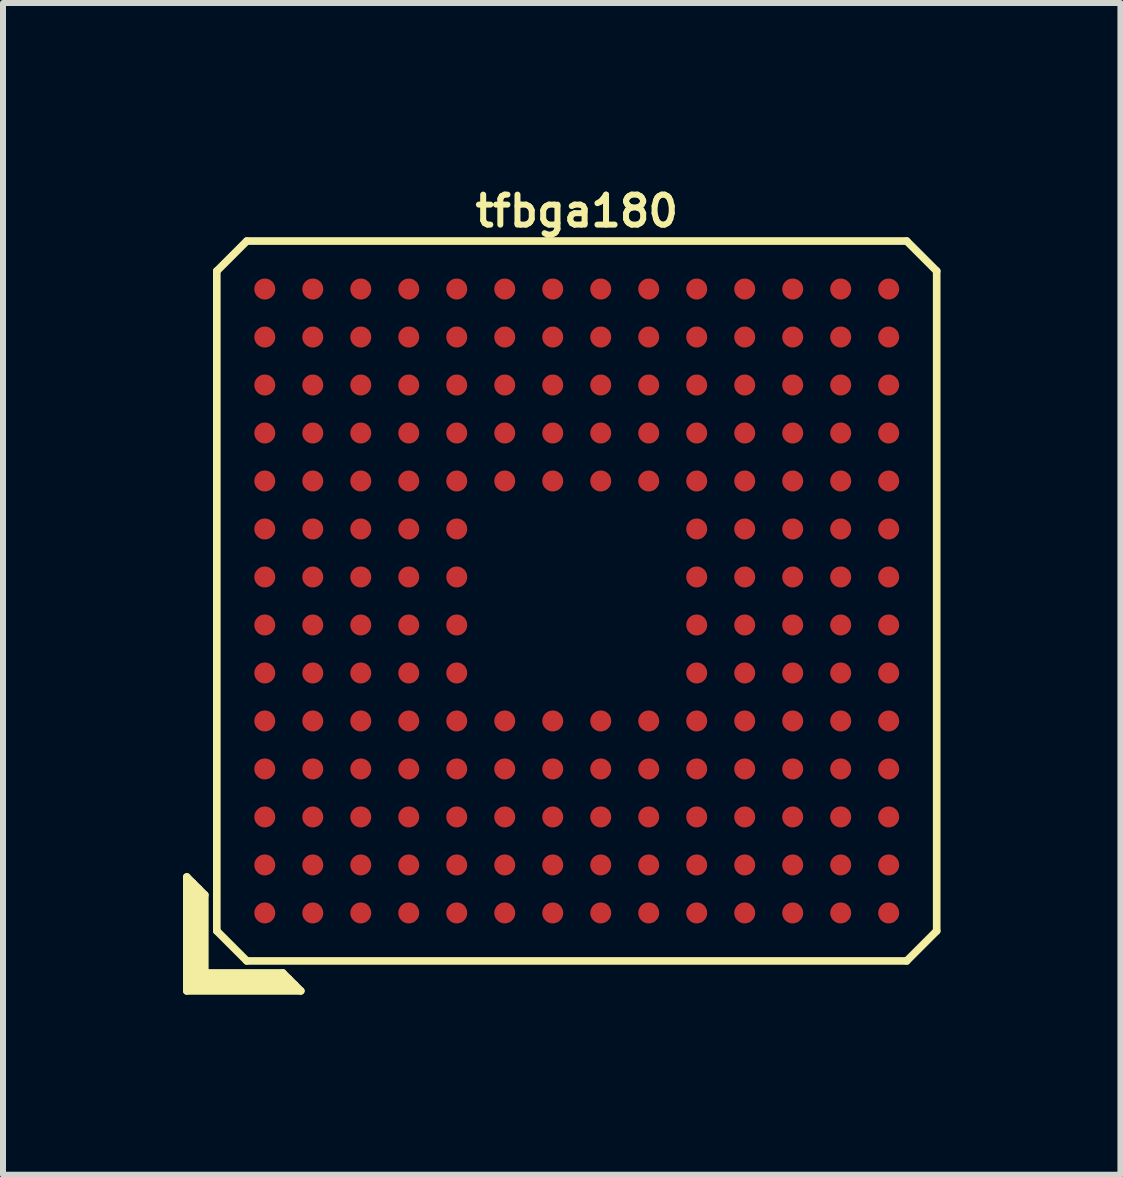
<source format=kicad_pcb>
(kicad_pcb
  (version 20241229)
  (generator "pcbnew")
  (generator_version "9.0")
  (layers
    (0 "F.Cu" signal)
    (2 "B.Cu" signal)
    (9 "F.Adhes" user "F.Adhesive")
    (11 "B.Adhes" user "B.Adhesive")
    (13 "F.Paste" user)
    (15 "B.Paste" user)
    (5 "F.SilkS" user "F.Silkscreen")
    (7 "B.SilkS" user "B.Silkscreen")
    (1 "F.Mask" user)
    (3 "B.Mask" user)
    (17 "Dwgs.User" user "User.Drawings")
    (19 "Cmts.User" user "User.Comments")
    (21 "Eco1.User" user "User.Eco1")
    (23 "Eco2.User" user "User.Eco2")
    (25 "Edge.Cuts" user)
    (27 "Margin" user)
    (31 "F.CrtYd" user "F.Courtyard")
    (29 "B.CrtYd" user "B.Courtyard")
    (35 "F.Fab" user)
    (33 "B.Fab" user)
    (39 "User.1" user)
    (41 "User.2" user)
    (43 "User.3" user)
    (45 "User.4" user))
  (footprint "tfbga180"
    (layer "F.Cu")
    (at 6.564 6.968)
    (property "Reference" "tfbga180" (at 0 -6.5 0) (layer "F.SilkS") (effects (font (size 0.5 0.5) (thickness 0.1))))
    (attr through_hole)
    (fp_line (start -6.5 4.6) (end -6.2 4.9) (stroke (width 0.127) (type solid)) (layer "F.SilkS"))
    (fp_line (start -6.5 6.5) (end -6.5 4.6) (stroke (width 0.127) (type solid)) (layer "F.SilkS"))
    (fp_line (start -6.4 6.4) (end -6.4 4.7) (stroke (width 0.127) (type solid)) (layer "F.SilkS"))
    (fp_line (start -6.3 4.8) (end -6.3 6.3) (stroke (width 0.127) (type solid)) (layer "F.SilkS"))
    (fp_line (start -6.3 6.3) (end -4.8 6.3) (stroke (width 0.127) (type solid)) (layer "F.SilkS"))
    (fp_line (start -6.2 4.9) (end -6.2 6.2) (stroke (width 0.127) (type solid)) (layer "F.SilkS"))
    (fp_line (start -6.2 6.2) (end -4.9 6.2) (stroke (width 0.127) (type solid)) (layer "F.SilkS"))
    (fp_line (start -6 -5.5) (end -5.5 -6) (stroke (width 0.127) (type solid)) (layer "F.SilkS"))
    (fp_line (start -6 5.5) (end -6 -5.5) (stroke (width 0.127) (type solid)) (layer "F.SilkS"))
    (fp_line (start -5.5 -6) (end 5.5 -6) (stroke (width 0.127) (type solid)) (layer "F.SilkS"))
    (fp_line (start -5.5 6) (end -6 5.5) (stroke (width 0.127) (type solid)) (layer "F.SilkS"))
    (fp_line (start -4.9 6.2) (end -4.6 6.5) (stroke (width 0.127) (type solid)) (layer "F.SilkS"))
    (fp_line (start -4.7 6.4) (end -6.4 6.4) (stroke (width 0.127) (type solid)) (layer "F.SilkS"))
    (fp_line (start -4.6 6.5) (end -6.5 6.5) (stroke (width 0.127) (type solid)) (layer "F.SilkS"))
    (fp_line (start 5.5 -6) (end 6 -5.5) (stroke (width 0.127) (type solid)) (layer "F.SilkS"))
    (fp_line (start 5.5 6) (end -5.5 6) (stroke (width 0.127) (type solid)) (layer "F.SilkS"))
    (fp_line (start 6 -5.5) (end 6 5.5) (stroke (width 0.127) (type solid)) (layer "F.SilkS"))
    (fp_line (start 6 5.5) (end 5.5 6) (stroke (width 0.127) (type solid)) (layer "F.SilkS"))
    (pad "A1" smd circle (at -5.2 5.2) (size 0.35 0.35) (layers "F.Cu" "F.Mask" "F.Paste"))
    (pad "A2" smd circle (at -4.4 5.2) (size 0.35 0.35) (layers "F.Cu" "F.Mask" "F.Paste"))
    (pad "A3" smd circle (at -3.6 5.2) (size 0.35 0.35) (layers "F.Cu" "F.Mask" "F.Paste"))
    (pad "A4" smd circle (at -2.8 5.2) (size 0.35 0.35) (layers "F.Cu" "F.Mask" "F.Paste"))
    (pad "A5" smd circle (at -2 5.2) (size 0.35 0.35) (layers "F.Cu" "F.Mask" "F.Paste"))
    (pad "A6" smd circle (at -1.2 5.2) (size 0.35 0.35) (layers "F.Cu" "F.Mask" "F.Paste"))
    (pad "A7" smd circle (at -0.4 5.2) (size 0.35 0.35) (layers "F.Cu" "F.Mask" "F.Paste"))
    (pad "A8" smd circle (at 0.4 5.2) (size 0.35 0.35) (layers "F.Cu" "F.Mask" "F.Paste"))
    (pad "A9" smd circle (at 1.2 5.2) (size 0.35 0.35) (layers "F.Cu" "F.Mask" "F.Paste"))
    (pad "A10" smd circle (at 2 5.2) (size 0.35 0.35) (layers "F.Cu" "F.Mask" "F.Paste"))
    (pad "A11" smd circle (at 2.8 5.2) (size 0.35 0.35) (layers "F.Cu" "F.Mask" "F.Paste"))
    (pad "A12" smd circle (at 3.6 5.2) (size 0.35 0.35) (layers "F.Cu" "F.Mask" "F.Paste"))
    (pad "A13" smd circle (at 4.4 5.2) (size 0.35 0.35) (layers "F.Cu" "F.Mask" "F.Paste"))
    (pad "A14" smd circle (at 5.2 5.2) (size 0.35 0.35) (layers "F.Cu" "F.Mask" "F.Paste"))
    (pad "B1" smd circle (at -5.2 4.4) (size 0.35 0.35) (layers "F.Cu" "F.Mask" "F.Paste"))
    (pad "B2" smd circle (at -4.4 4.4) (size 0.35 0.35) (layers "F.Cu" "F.Mask" "F.Paste"))
    (pad "B3" smd circle (at -3.6 4.4) (size 0.35 0.35) (layers "F.Cu" "F.Mask" "F.Paste"))
    (pad "B4" smd circle (at -2.8 4.4) (size 0.35 0.35) (layers "F.Cu" "F.Mask" "F.Paste"))
    (pad "B5" smd circle (at -2 4.4) (size 0.35 0.35) (layers "F.Cu" "F.Mask" "F.Paste"))
    (pad "B6" smd circle (at -1.2 4.4) (size 0.35 0.35) (layers "F.Cu" "F.Mask" "F.Paste"))
    (pad "B7" smd circle (at -0.4 4.4) (size 0.35 0.35) (layers "F.Cu" "F.Mask" "F.Paste"))
    (pad "B8" smd circle (at 0.4 4.4) (size 0.35 0.35) (layers "F.Cu" "F.Mask" "F.Paste"))
    (pad "B9" smd circle (at 1.2 4.4) (size 0.35 0.35) (layers "F.Cu" "F.Mask" "F.Paste"))
    (pad "B10" smd circle (at 2 4.4) (size 0.35 0.35) (layers "F.Cu" "F.Mask" "F.Paste"))
    (pad "B11" smd circle (at 2.8 4.4) (size 0.35 0.35) (layers "F.Cu" "F.Mask" "F.Paste"))
    (pad "B12" smd circle (at 3.6 4.4) (size 0.35 0.35) (layers "F.Cu" "F.Mask" "F.Paste"))
    (pad "B13" smd circle (at 4.4 4.4) (size 0.35 0.35) (layers "F.Cu" "F.Mask" "F.Paste"))
    (pad "B14" smd circle (at 5.2 4.4) (size 0.35 0.35) (layers "F.Cu" "F.Mask" "F.Paste"))
    (pad "C1" smd circle (at -5.2 3.6) (size 0.35 0.35) (layers "F.Cu" "F.Mask" "F.Paste"))
    (pad "C2" smd circle (at -4.4 3.6) (size 0.35 0.35) (layers "F.Cu" "F.Mask" "F.Paste"))
    (pad "C3" smd circle (at -3.6 3.6) (size 0.35 0.35) (layers "F.Cu" "F.Mask" "F.Paste"))
    (pad "C4" smd circle (at -2.8 3.6) (size 0.35 0.35) (layers "F.Cu" "F.Mask" "F.Paste"))
    (pad "C5" smd circle (at -2 3.6) (size 0.35 0.35) (layers "F.Cu" "F.Mask" "F.Paste"))
    (pad "C6" smd circle (at -1.2 3.6) (size 0.35 0.35) (layers "F.Cu" "F.Mask" "F.Paste"))
    (pad "C7" smd circle (at -0.4 3.6) (size 0.35 0.35) (layers "F.Cu" "F.Mask" "F.Paste"))
    (pad "C8" smd circle (at 0.4 3.6) (size 0.35 0.35) (layers "F.Cu" "F.Mask" "F.Paste"))
    (pad "C9" smd circle (at 1.2 3.6) (size 0.35 0.35) (layers "F.Cu" "F.Mask" "F.Paste"))
    (pad "C10" smd circle (at 2 3.6) (size 0.35 0.35) (layers "F.Cu" "F.Mask" "F.Paste"))
    (pad "C11" smd circle (at 2.8 3.6) (size 0.35 0.35) (layers "F.Cu" "F.Mask" "F.Paste"))
    (pad "C12" smd circle (at 3.6 3.6) (size 0.35 0.35) (layers "F.Cu" "F.Mask" "F.Paste"))
    (pad "C13" smd circle (at 4.4 3.6) (size 0.35 0.35) (layers "F.Cu" "F.Mask" "F.Paste"))
    (pad "C14" smd circle (at 5.2 3.6) (size 0.35 0.35) (layers "F.Cu" "F.Mask" "F.Paste"))
    (pad "D1" smd circle (at -5.2 2.8) (size 0.35 0.35) (layers "F.Cu" "F.Mask" "F.Paste"))
    (pad "D2" smd circle (at -4.4 2.8) (size 0.35 0.35) (layers "F.Cu" "F.Mask" "F.Paste"))
    (pad "D3" smd circle (at -3.6 2.8) (size 0.35 0.35) (layers "F.Cu" "F.Mask" "F.Paste"))
    (pad "D4" smd circle (at -2.8 2.8) (size 0.35 0.35) (layers "F.Cu" "F.Mask" "F.Paste"))
    (pad "D5" smd circle (at -2 2.8) (size 0.35 0.35) (layers "F.Cu" "F.Mask" "F.Paste"))
    (pad "D6" smd circle (at -1.2 2.8) (size 0.35 0.35) (layers "F.Cu" "F.Mask" "F.Paste"))
    (pad "D7" smd circle (at -0.4 2.8) (size 0.35 0.35) (layers "F.Cu" "F.Mask" "F.Paste"))
    (pad "D8" smd circle (at 0.4 2.8) (size 0.35 0.35) (layers "F.Cu" "F.Mask" "F.Paste"))
    (pad "D9" smd circle (at 1.2 2.8) (size 0.35 0.35) (layers "F.Cu" "F.Mask" "F.Paste"))
    (pad "D10" smd circle (at 2 2.8) (size 0.35 0.35) (layers "F.Cu" "F.Mask" "F.Paste"))
    (pad "D11" smd circle (at 2.8 2.8) (size 0.35 0.35) (layers "F.Cu" "F.Mask" "F.Paste"))
    (pad "D12" smd circle (at 3.6 2.8) (size 0.35 0.35) (layers "F.Cu" "F.Mask" "F.Paste"))
    (pad "D13" smd circle (at 4.4 2.8) (size 0.35 0.35) (layers "F.Cu" "F.Mask" "F.Paste"))
    (pad "D14" smd circle (at 5.2 2.8) (size 0.35 0.35) (layers "F.Cu" "F.Mask" "F.Paste"))
    (pad "E1" smd circle (at -5.2 2) (size 0.35 0.35) (layers "F.Cu" "F.Mask" "F.Paste"))
    (pad "E2" smd circle (at -4.4 2) (size 0.35 0.35) (layers "F.Cu" "F.Mask" "F.Paste"))
    (pad "E3" smd circle (at -3.6 2) (size 0.35 0.35) (layers "F.Cu" "F.Mask" "F.Paste"))
    (pad "E4" smd circle (at -2.8 2) (size 0.35 0.35) (layers "F.Cu" "F.Mask" "F.Paste"))
    (pad "E5" smd circle (at -2 2) (size 0.35 0.35) (layers "F.Cu" "F.Mask" "F.Paste"))
    (pad "E6" smd circle (at -1.2 2) (size 0.35 0.35) (layers "F.Cu" "F.Mask" "F.Paste"))
    (pad "E7" smd circle (at -0.4 2) (size 0.35 0.35) (layers "F.Cu" "F.Mask" "F.Paste"))
    (pad "E8" smd circle (at 0.4 2) (size 0.35 0.35) (layers "F.Cu" "F.Mask" "F.Paste"))
    (pad "E9" smd circle (at 1.2 2) (size 0.35 0.35) (layers "F.Cu" "F.Mask" "F.Paste"))
    (pad "E10" smd circle (at 2 2) (size 0.35 0.35) (layers "F.Cu" "F.Mask" "F.Paste"))
    (pad "E11" smd circle (at 2.8 2) (size 0.35 0.35) (layers "F.Cu" "F.Mask" "F.Paste"))
    (pad "E12" smd circle (at 3.6 2) (size 0.35 0.35) (layers "F.Cu" "F.Mask" "F.Paste"))
    (pad "E13" smd circle (at 4.4 2) (size 0.35 0.35) (layers "F.Cu" "F.Mask" "F.Paste"))
    (pad "E14" smd circle (at 5.2 2) (size 0.35 0.35) (layers "F.Cu" "F.Mask" "F.Paste"))
    (pad "F1" smd circle (at -5.2 1.2) (size 0.35 0.35) (layers "F.Cu" "F.Mask" "F.Paste"))
    (pad "F2" smd circle (at -4.4 1.2) (size 0.35 0.35) (layers "F.Cu" "F.Mask" "F.Paste"))
    (pad "F3" smd circle (at -3.6 1.2) (size 0.35 0.35) (layers "F.Cu" "F.Mask" "F.Paste"))
    (pad "F4" smd circle (at -2.8 1.2) (size 0.35 0.35) (layers "F.Cu" "F.Mask" "F.Paste"))
    (pad "F5" smd circle (at -2 1.2) (size 0.35 0.35) (layers "F.Cu" "F.Mask" "F.Paste"))
    (pad "F10" smd circle (at 2 1.2) (size 0.35 0.35) (layers "F.Cu" "F.Mask" "F.Paste"))
    (pad "F11" smd circle (at 2.8 1.2) (size 0.35 0.35) (layers "F.Cu" "F.Mask" "F.Paste"))
    (pad "F12" smd circle (at 3.6 1.2) (size 0.35 0.35) (layers "F.Cu" "F.Mask" "F.Paste"))
    (pad "F13" smd circle (at 4.4 1.2) (size 0.35 0.35) (layers "F.Cu" "F.Mask" "F.Paste"))
    (pad "F14" smd circle (at 5.2 1.2) (size 0.35 0.35) (layers "F.Cu" "F.Mask" "F.Paste"))
    (pad "G1" smd circle (at -5.2 0.4) (size 0.35 0.35) (layers "F.Cu" "F.Mask" "F.Paste"))
    (pad "G2" smd circle (at -4.4 0.4) (size 0.35 0.35) (layers "F.Cu" "F.Mask" "F.Paste"))
    (pad "G3" smd circle (at -3.6 0.4) (size 0.35 0.35) (layers "F.Cu" "F.Mask" "F.Paste"))
    (pad "G4" smd circle (at -2.8 0.4) (size 0.35 0.35) (layers "F.Cu" "F.Mask" "F.Paste"))
    (pad "G5" smd circle (at -2 0.4) (size 0.35 0.35) (layers "F.Cu" "F.Mask" "F.Paste"))
    (pad "G10" smd circle (at 2 0.4) (size 0.35 0.35) (layers "F.Cu" "F.Mask" "F.Paste"))
    (pad "G11" smd circle (at 2.8 0.4) (size 0.35 0.35) (layers "F.Cu" "F.Mask" "F.Paste"))
    (pad "G12" smd circle (at 3.6 0.4) (size 0.35 0.35) (layers "F.Cu" "F.Mask" "F.Paste"))
    (pad "G13" smd circle (at 4.4 0.4) (size 0.35 0.35) (layers "F.Cu" "F.Mask" "F.Paste"))
    (pad "G14" smd circle (at 5.2 0.4) (size 0.35 0.35) (layers "F.Cu" "F.Mask" "F.Paste"))
    (pad "H1" smd circle (at -5.2 -0.4) (size 0.35 0.35) (layers "F.Cu" "F.Mask" "F.Paste"))
    (pad "H2" smd circle (at -4.4 -0.4) (size 0.35 0.35) (layers "F.Cu" "F.Mask" "F.Paste"))
    (pad "H3" smd circle (at -3.6 -0.4) (size 0.35 0.35) (layers "F.Cu" "F.Mask" "F.Paste"))
    (pad "H4" smd circle (at -2.8 -0.4) (size 0.35 0.35) (layers "F.Cu" "F.Mask" "F.Paste"))
    (pad "H5" smd circle (at -2 -0.4) (size 0.35 0.35) (layers "F.Cu" "F.Mask" "F.Paste"))
    (pad "H10" smd circle (at 2 -0.4) (size 0.35 0.35) (layers "F.Cu" "F.Mask" "F.Paste"))
    (pad "H11" smd circle (at 2.8 -0.4) (size 0.35 0.35) (layers "F.Cu" "F.Mask" "F.Paste"))
    (pad "H12" smd circle (at 3.6 -0.4) (size 0.35 0.35) (layers "F.Cu" "F.Mask" "F.Paste"))
    (pad "H13" smd circle (at 4.4 -0.4) (size 0.35 0.35) (layers "F.Cu" "F.Mask" "F.Paste"))
    (pad "H14" smd circle (at 5.2 -0.4) (size 0.35 0.35) (layers "F.Cu" "F.Mask" "F.Paste"))
    (pad "J1" smd circle (at -5.2 -1.2) (size 0.35 0.35) (layers "F.Cu" "F.Mask" "F.Paste"))
    (pad "J2" smd circle (at -4.4 -1.2) (size 0.35 0.35) (layers "F.Cu" "F.Mask" "F.Paste"))
    (pad "J3" smd circle (at -3.6 -1.2) (size 0.35 0.35) (layers "F.Cu" "F.Mask" "F.Paste"))
    (pad "J4" smd circle (at -2.8 -1.2) (size 0.35 0.35) (layers "F.Cu" "F.Mask" "F.Paste"))
    (pad "J5" smd circle (at -2 -1.2) (size 0.35 0.35) (layers "F.Cu" "F.Mask" "F.Paste"))
    (pad "J10" smd circle (at 2 -1.2) (size 0.35 0.35) (layers "F.Cu" "F.Mask" "F.Paste"))
    (pad "J11" smd circle (at 2.8 -1.2) (size 0.35 0.35) (layers "F.Cu" "F.Mask" "F.Paste"))
    (pad "J12" smd circle (at 3.6 -1.2) (size 0.35 0.35) (layers "F.Cu" "F.Mask" "F.Paste"))
    (pad "J13" smd circle (at 4.4 -1.2) (size 0.35 0.35) (layers "F.Cu" "F.Mask" "F.Paste"))
    (pad "J14" smd circle (at 5.2 -1.2) (size 0.35 0.35) (layers "F.Cu" "F.Mask" "F.Paste"))
    (pad "K1" smd circle (at -5.2 -2) (size 0.35 0.35) (layers "F.Cu" "F.Mask" "F.Paste"))
    (pad "K2" smd circle (at -4.4 -2) (size 0.35 0.35) (layers "F.Cu" "F.Mask" "F.Paste"))
    (pad "K3" smd circle (at -3.6 -2) (size 0.35 0.35) (layers "F.Cu" "F.Mask" "F.Paste"))
    (pad "K4" smd circle (at -2.8 -2) (size 0.35 0.35) (layers "F.Cu" "F.Mask" "F.Paste"))
    (pad "K5" smd circle (at -2 -2) (size 0.35 0.35) (layers "F.Cu" "F.Mask" "F.Paste"))
    (pad "K6" smd circle (at -1.2 -2) (size 0.35 0.35) (layers "F.Cu" "F.Mask" "F.Paste"))
    (pad "K7" smd circle (at -0.4 -2) (size 0.35 0.35) (layers "F.Cu" "F.Mask" "F.Paste"))
    (pad "K8" smd circle (at 0.4 -2) (size 0.35 0.35) (layers "F.Cu" "F.Mask" "F.Paste"))
    (pad "K9" smd circle (at 1.2 -2) (size 0.35 0.35) (layers "F.Cu" "F.Mask" "F.Paste"))
    (pad "K10" smd circle (at 2 -2) (size 0.35 0.35) (layers "F.Cu" "F.Mask" "F.Paste"))
    (pad "K11" smd circle (at 2.8 -2) (size 0.35 0.35) (layers "F.Cu" "F.Mask" "F.Paste"))
    (pad "K12" smd circle (at 3.6 -2) (size 0.35 0.35) (layers "F.Cu" "F.Mask" "F.Paste"))
    (pad "K13" smd circle (at 4.4 -2) (size 0.35 0.35) (layers "F.Cu" "F.Mask" "F.Paste"))
    (pad "K14" smd circle (at 5.2 -2) (size 0.35 0.35) (layers "F.Cu" "F.Mask" "F.Paste"))
    (pad "L1" smd circle (at -5.2 -2.8) (size 0.35 0.35) (layers "F.Cu" "F.Mask" "F.Paste"))
    (pad "L2" smd circle (at -4.4 -2.8) (size 0.35 0.35) (layers "F.Cu" "F.Mask" "F.Paste"))
    (pad "L3" smd circle (at -3.6 -2.8) (size 0.35 0.35) (layers "F.Cu" "F.Mask" "F.Paste"))
    (pad "L4" smd circle (at -2.8 -2.8) (size 0.35 0.35) (layers "F.Cu" "F.Mask" "F.Paste"))
    (pad "L5" smd circle (at -2 -2.8) (size 0.35 0.35) (layers "F.Cu" "F.Mask" "F.Paste"))
    (pad "L6" smd circle (at -1.2 -2.8) (size 0.35 0.35) (layers "F.Cu" "F.Mask" "F.Paste"))
    (pad "L7" smd circle (at -0.4 -2.8) (size 0.35 0.35) (layers "F.Cu" "F.Mask" "F.Paste"))
    (pad "L8" smd circle (at 0.4 -2.8) (size 0.35 0.35) (layers "F.Cu" "F.Mask" "F.Paste"))
    (pad "L9" smd circle (at 1.2 -2.8) (size 0.35 0.35) (layers "F.Cu" "F.Mask" "F.Paste"))
    (pad "L10" smd circle (at 2 -2.8) (size 0.35 0.35) (layers "F.Cu" "F.Mask" "F.Paste"))
    (pad "L11" smd circle (at 2.8 -2.8) (size 0.35 0.35) (layers "F.Cu" "F.Mask" "F.Paste"))
    (pad "L12" smd circle (at 3.6 -2.8) (size 0.35 0.35) (layers "F.Cu" "F.Mask" "F.Paste"))
    (pad "L13" smd circle (at 4.4 -2.8) (size 0.35 0.35) (layers "F.Cu" "F.Mask" "F.Paste"))
    (pad "L14" smd circle (at 5.2 -2.8) (size 0.35 0.35) (layers "F.Cu" "F.Mask" "F.Paste"))
    (pad "M1" smd circle (at -5.2 -3.6) (size 0.35 0.35) (layers "F.Cu" "F.Mask" "F.Paste"))
    (pad "M2" smd circle (at -4.4 -3.6) (size 0.35 0.35) (layers "F.Cu" "F.Mask" "F.Paste"))
    (pad "M3" smd circle (at -3.6 -3.6) (size 0.35 0.35) (layers "F.Cu" "F.Mask" "F.Paste"))
    (pad "M4" smd circle (at -2.8 -3.6) (size 0.35 0.35) (layers "F.Cu" "F.Mask" "F.Paste"))
    (pad "M5" smd circle (at -2 -3.6) (size 0.35 0.35) (layers "F.Cu" "F.Mask" "F.Paste"))
    (pad "M6" smd circle (at -1.2 -3.6) (size 0.35 0.35) (layers "F.Cu" "F.Mask" "F.Paste"))
    (pad "M7" smd circle (at -0.4 -3.6) (size 0.35 0.35) (layers "F.Cu" "F.Mask" "F.Paste"))
    (pad "M8" smd circle (at 0.4 -3.6) (size 0.35 0.35) (layers "F.Cu" "F.Mask" "F.Paste"))
    (pad "M9" smd circle (at 1.2 -3.6) (size 0.35 0.35) (layers "F.Cu" "F.Mask" "F.Paste"))
    (pad "M10" smd circle (at 2 -3.6) (size 0.35 0.35) (layers "F.Cu" "F.Mask" "F.Paste"))
    (pad "M11" smd circle (at 2.8 -3.6) (size 0.35 0.35) (layers "F.Cu" "F.Mask" "F.Paste"))
    (pad "M12" smd circle (at 3.6 -3.6) (size 0.35 0.35) (layers "F.Cu" "F.Mask" "F.Paste"))
    (pad "M13" smd circle (at 4.4 -3.6) (size 0.35 0.35) (layers "F.Cu" "F.Mask" "F.Paste"))
    (pad "M14" smd circle (at 5.2 -3.6) (size 0.35 0.35) (layers "F.Cu" "F.Mask" "F.Paste"))
    (pad "N1" smd circle (at -5.2 -4.4) (size 0.35 0.35) (layers "F.Cu" "F.Mask" "F.Paste"))
    (pad "N2" smd circle (at -4.4 -4.4) (size 0.35 0.35) (layers "F.Cu" "F.Mask" "F.Paste"))
    (pad "N3" smd circle (at -3.6 -4.4) (size 0.35 0.35) (layers "F.Cu" "F.Mask" "F.Paste"))
    (pad "N4" smd circle (at -2.8 -4.4) (size 0.35 0.35) (layers "F.Cu" "F.Mask" "F.Paste"))
    (pad "N5" smd circle (at -2 -4.4) (size 0.35 0.35) (layers "F.Cu" "F.Mask" "F.Paste"))
    (pad "N6" smd circle (at -1.2 -4.4) (size 0.35 0.35) (layers "F.Cu" "F.Mask" "F.Paste"))
    (pad "N7" smd circle (at -0.4 -4.4) (size 0.35 0.35) (layers "F.Cu" "F.Mask" "F.Paste"))
    (pad "N8" smd circle (at 0.4 -4.4) (size 0.35 0.35) (layers "F.Cu" "F.Mask" "F.Paste"))
    (pad "N9" smd circle (at 1.2 -4.4) (size 0.35 0.35) (layers "F.Cu" "F.Mask" "F.Paste"))
    (pad "N10" smd circle (at 2 -4.4) (size 0.35 0.35) (layers "F.Cu" "F.Mask" "F.Paste"))
    (pad "N11" smd circle (at 2.8 -4.4) (size 0.35 0.35) (layers "F.Cu" "F.Mask" "F.Paste"))
    (pad "N12" smd circle (at 3.6 -4.4) (size 0.35 0.35) (layers "F.Cu" "F.Mask" "F.Paste"))
    (pad "N13" smd circle (at 4.4 -4.4) (size 0.35 0.35) (layers "F.Cu" "F.Mask" "F.Paste"))
    (pad "N14" smd circle (at 5.2 -4.4) (size 0.35 0.35) (layers "F.Cu" "F.Mask" "F.Paste"))
    (pad "P1" smd circle (at -5.2 -5.2) (size 0.35 0.35) (layers "F.Cu" "F.Mask" "F.Paste"))
    (pad "P2" smd circle (at -4.4 -5.2) (size 0.35 0.35) (layers "F.Cu" "F.Mask" "F.Paste"))
    (pad "P3" smd circle (at -3.6 -5.2) (size 0.35 0.35) (layers "F.Cu" "F.Mask" "F.Paste"))
    (pad "P4" smd circle (at -2.8 -5.2) (size 0.35 0.35) (layers "F.Cu" "F.Mask" "F.Paste"))
    (pad "P5" smd circle (at -2 -5.2) (size 0.35 0.35) (layers "F.Cu" "F.Mask" "F.Paste"))
    (pad "P6" smd circle (at -1.2 -5.2) (size 0.35 0.35) (layers "F.Cu" "F.Mask" "F.Paste"))
    (pad "P7" smd circle (at -0.4 -5.2) (size 0.35 0.35) (layers "F.Cu" "F.Mask" "F.Paste"))
    (pad "P8" smd circle (at 0.4 -5.2) (size 0.35 0.35) (layers "F.Cu" "F.Mask" "F.Paste"))
    (pad "P9" smd circle (at 1.2 -5.2) (size 0.35 0.35) (layers "F.Cu" "F.Mask" "F.Paste"))
    (pad "P10" smd circle (at 2 -5.2) (size 0.35 0.35) (layers "F.Cu" "F.Mask" "F.Paste"))
    (pad "P11" smd circle (at 2.8 -5.2) (size 0.35 0.35) (layers "F.Cu" "F.Mask" "F.Paste"))
    (pad "P12" smd circle (at 3.6 -5.2) (size 0.35 0.35) (layers "F.Cu" "F.Mask" "F.Paste"))
    (pad "P13" smd circle (at 4.4 -5.2) (size 0.35 0.35) (layers "F.Cu" "F.Mask" "F.Paste"))
    (pad "P14" smd circle (at 5.2 -5.2) (size 0.35 0.35) (layers "F.Cu" "F.Mask" "F.Paste")))
  (gr_rect
    (start -3 -3)
    (end 15.627 16.532)
    (stroke (width 0.1) (type default))
    (fill no)
    (layer "Edge.Cuts")))
</source>
